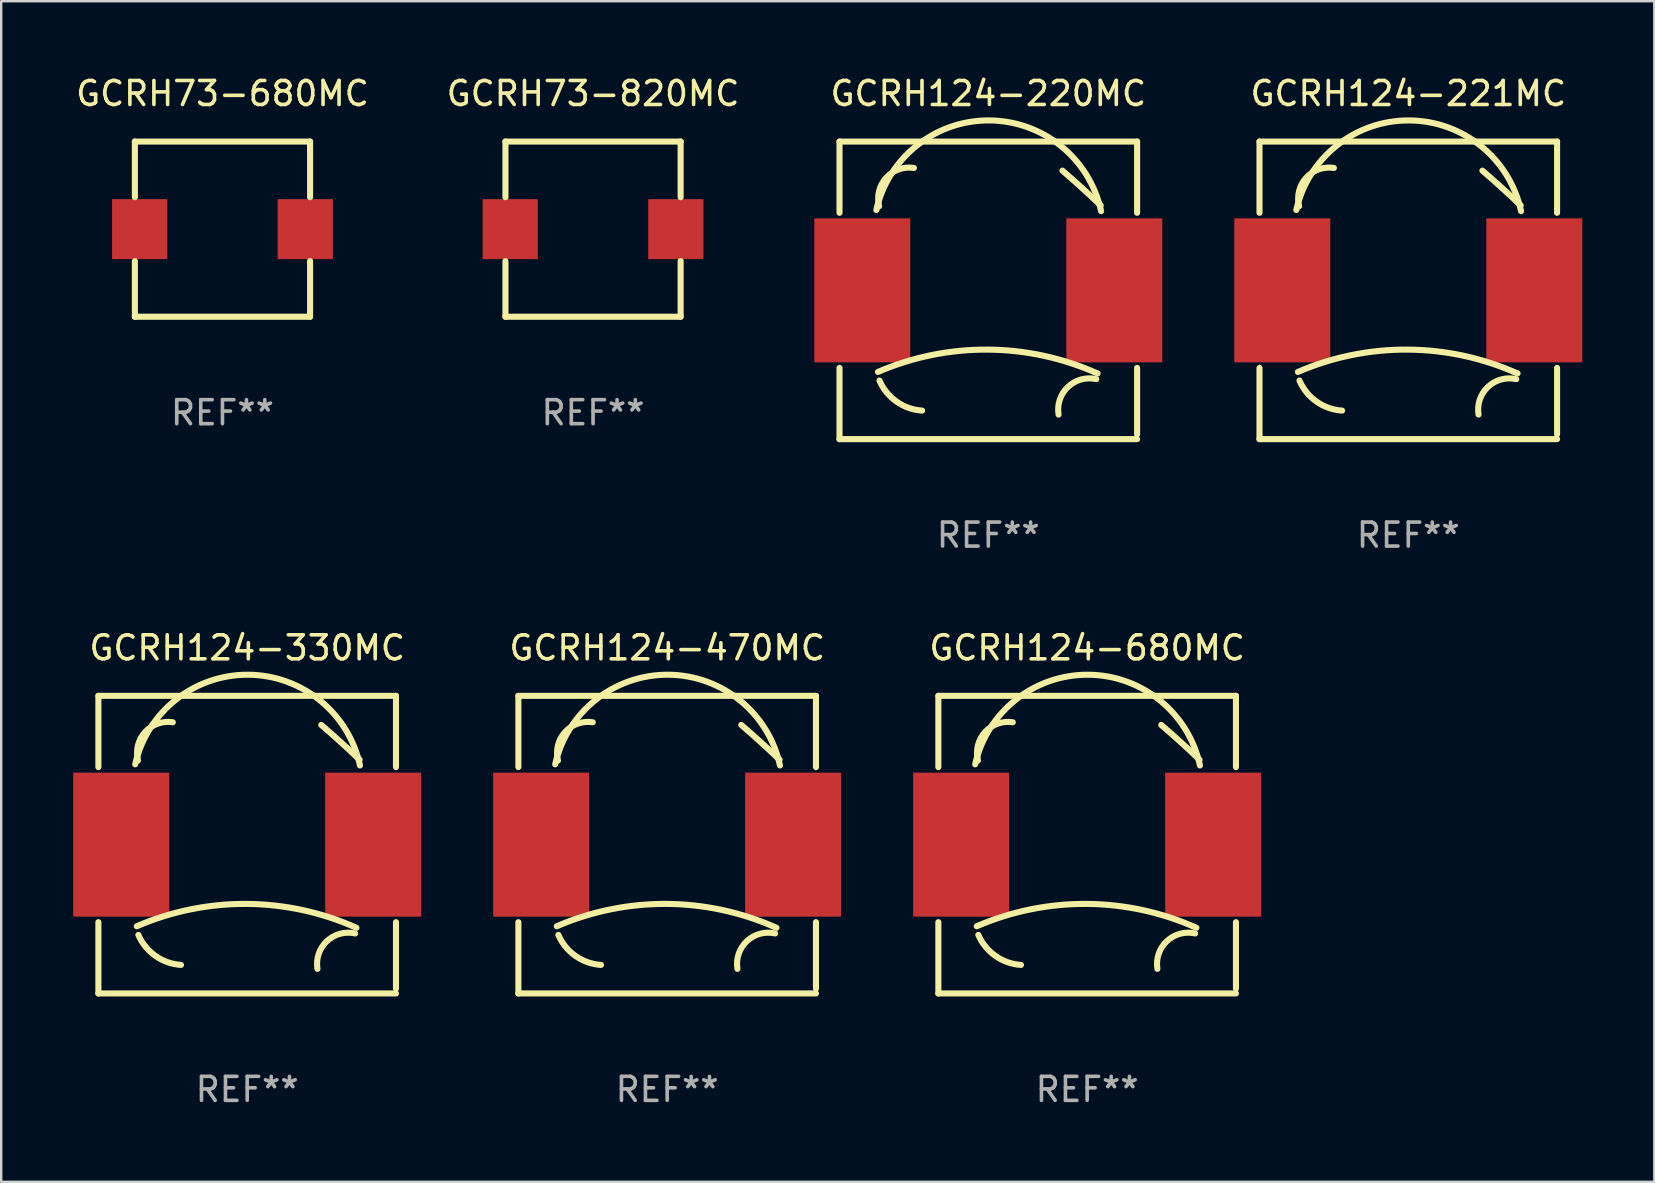
<source format=kicad_pcb>
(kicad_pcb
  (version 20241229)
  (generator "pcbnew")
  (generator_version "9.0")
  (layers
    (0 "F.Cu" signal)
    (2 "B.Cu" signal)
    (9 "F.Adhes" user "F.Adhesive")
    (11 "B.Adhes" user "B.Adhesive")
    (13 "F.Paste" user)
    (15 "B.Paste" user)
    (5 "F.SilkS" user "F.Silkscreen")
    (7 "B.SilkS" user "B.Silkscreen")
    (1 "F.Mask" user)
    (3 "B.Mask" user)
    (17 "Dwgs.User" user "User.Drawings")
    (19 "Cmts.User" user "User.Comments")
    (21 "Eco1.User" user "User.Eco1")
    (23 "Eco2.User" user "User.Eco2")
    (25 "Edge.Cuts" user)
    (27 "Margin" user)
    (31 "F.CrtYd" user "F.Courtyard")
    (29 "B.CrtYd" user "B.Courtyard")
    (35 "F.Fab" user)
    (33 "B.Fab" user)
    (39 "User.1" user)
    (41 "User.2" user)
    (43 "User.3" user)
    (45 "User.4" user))
  (footprint "GCRH73-820MC"
    (layer "F.Cu")
    (at 21.661 6.498)
    (property "Reference" "GCRH73-820MC" (at 0 -5.65 0) (layer "F.SilkS") (effects (font (size 1 1) (thickness 0.15))))
    (attr through_hole)
    (fp_line (start -3.65 -3.65) (end 3.65 -3.65) (stroke (width 0.254) (type solid)) (layer "F.SilkS"))
    (fp_line (start -3.65 -1.331) (end -3.65 -3.65) (stroke (width 0.254) (type solid)) (layer "F.SilkS"))
    (fp_line (start -3.65 3.65) (end -3.65 1.331) (stroke (width 0.254) (type solid)) (layer "F.SilkS"))
    (fp_line (start 3.65 -3.65) (end 3.65 -1.331) (stroke (width 0.254) (type solid)) (layer "F.SilkS"))
    (fp_line (start 3.65 1.331) (end 3.65 3.65) (stroke (width 0.254) (type solid)) (layer "F.SilkS"))
    (fp_line (start 3.65 3.65) (end -3.65 3.65) (stroke (width 0.254) (type solid)) (layer "F.SilkS"))
    (fp_circle (center -3.65 3.65) (end -3.62 3.65) (stroke (width 0.06) (type solid)) (fill no) (layer "F.SilkS"))
    (fp_text user "REF**" (at 0 7.65 0) (layer "F.Fab") (effects (font (size 1 1) (thickness 0.15))))
    (pad "1" smd rect (at -3.45 0) (size 2.3 2.5) (layers "F.Cu" "F.Mask" "F.Paste"))
    (pad "2" smd rect (at 3.45 0) (size 2.3 2.5) (layers "F.Cu" "F.Mask" "F.Paste")))
  (footprint "GCRH124-220MC"
    (layer "F.Cu")
    (at 38.131 9.048)
    (property "Reference" "GCRH124-220MC" (at 0 -8.2 0) (layer "F.SilkS") (effects (font (size 1 1) (thickness 0.15))))
    (attr through_hole)
    (fp_line (start -6.2 -6.2) (end -6.2 -3.231) (stroke (width 0.254) (type solid)) (layer "F.SilkS"))
    (fp_line (start -6.2 -6.2) (end 6.2 -6.2) (stroke (width 0.254) (type solid)) (layer "F.SilkS"))
    (fp_line (start -6.2 3.231) (end -6.2 6.2) (stroke (width 0.254) (type solid)) (layer "F.SilkS"))
    (fp_line (start -6.2 6.2) (end 6.2 6.2) (stroke (width 0.254) (type solid)) (layer "F.SilkS"))
    (fp_line (start 6.2 -6.2) (end 6.2 -3.231) (stroke (width 0.254) (type solid)) (layer "F.SilkS"))
    (fp_line (start 6.2 3.231) (end 6.2 6) (stroke (width 0.254) (type solid)) (layer "F.SilkS"))
    (fp_arc (start -4.666268 -3.347523) (mid 0.035925 -7.080035) (end 4.7 -3.3) (stroke (width 0.254001) (type solid)) (layer "F.SilkS"))
    (fp_arc (start -4.6 3.4) (mid -0.017181 2.469621) (end 4.552248 3.463678) (stroke (width 0.254001) (type solid)) (layer "F.SilkS"))
    (fp_arc (start -4.54986 -3.504115) (mid -4.254361 -4.692196) (end -3.1 -5.099999) (stroke (width 0.254001) (type solid)) (layer "F.SilkS"))
    (fp_arc (start -2.758293 5.011176) (mid -3.822943 4.635946) (end -4.534316 3.759462) (stroke (width 0.254001) (type solid)) (layer "F.SilkS"))
    (fp_arc (start 2.927153 5.17587) (mid 3.321583 4.020185) (end 4.5 3.7) (stroke (width 0.254001) (type solid)) (layer "F.SilkS"))
    (fp_arc (start 3.08763 -4.988189) (mid 3.895745 -4.274456) (end 4.683515 -3.538329) (stroke (width 0.254001) (type solid)) (layer "F.SilkS"))
    (fp_circle (center -6.15 6.15) (end -6.12 6.15) (stroke (width 0.06) (type solid)) (fill no) (layer "F.SilkS"))
    (fp_text user "REF**" (at 0 10.2 0) (layer "F.Fab") (effects (font (size 1 1) (thickness 0.15))))
    (pad "1" smd rect (at -5.25 0) (size 4 6) (layers "F.Cu" "F.Mask" "F.Paste"))
    (pad "2" smd rect (at 5.25 0) (size 4 6) (layers "F.Cu" "F.Mask" "F.Paste")))
  (footprint "GCRH124-221MC"
    (layer "F.Cu")
    (at 55.631 9.048)
    (property "Reference" "GCRH124-221MC" (at 0 -8.2 0) (layer "F.SilkS") (effects (font (size 1 1) (thickness 0.15))))
    (attr through_hole)
    (fp_line (start -6.2 -6.2) (end -6.2 -3.231) (stroke (width 0.254) (type solid)) (layer "F.SilkS"))
    (fp_line (start -6.2 -6.2) (end 6.2 -6.2) (stroke (width 0.254) (type solid)) (layer "F.SilkS"))
    (fp_line (start -6.2 3.231) (end -6.2 6.2) (stroke (width 0.254) (type solid)) (layer "F.SilkS"))
    (fp_line (start -6.2 6.2) (end 6.2 6.2) (stroke (width 0.254) (type solid)) (layer "F.SilkS"))
    (fp_line (start 6.2 -6.2) (end 6.2 -3.231) (stroke (width 0.254) (type solid)) (layer "F.SilkS"))
    (fp_line (start 6.2 3.231) (end 6.2 6) (stroke (width 0.254) (type solid)) (layer "F.SilkS"))
    (fp_arc (start -4.666268 -3.347523) (mid 0.035925 -7.080035) (end 4.7 -3.3) (stroke (width 0.254001) (type solid)) (layer "F.SilkS"))
    (fp_arc (start -4.6 3.4) (mid -0.017181 2.469621) (end 4.552248 3.463678) (stroke (width 0.254001) (type solid)) (layer "F.SilkS"))
    (fp_arc (start -4.54986 -3.504115) (mid -4.254361 -4.692196) (end -3.1 -5.099999) (stroke (width 0.254001) (type solid)) (layer "F.SilkS"))
    (fp_arc (start -2.758293 5.011176) (mid -3.822943 4.635946) (end -4.534316 3.759462) (stroke (width 0.254001) (type solid)) (layer "F.SilkS"))
    (fp_arc (start 2.927153 5.17587) (mid 3.321583 4.020185) (end 4.5 3.7) (stroke (width 0.254001) (type solid)) (layer "F.SilkS"))
    (fp_arc (start 3.08763 -4.988189) (mid 3.895745 -4.274456) (end 4.683515 -3.538329) (stroke (width 0.254001) (type solid)) (layer "F.SilkS"))
    (fp_circle (center -6.15 6.15) (end -6.12 6.15) (stroke (width 0.06) (type solid)) (fill no) (layer "F.SilkS"))
    (fp_text user "REF**" (at 0 10.2 0) (layer "F.Fab") (effects (font (size 1 1) (thickness 0.15))))
    (pad "1" smd rect (at -5.25 0) (size 4 6) (layers "F.Cu" "F.Mask" "F.Paste"))
    (pad "2" smd rect (at 5.25 0) (size 4 6) (layers "F.Cu" "F.Mask" "F.Paste")))
  (footprint "GCRH124-330MC"
    (layer "F.Cu")
    (at 7.25 32.145)
    (property "Reference" "GCRH124-330MC" (at 0 -8.2 0) (layer "F.SilkS") (effects (font (size 1 1) (thickness 0.15))))
    (attr through_hole)
    (fp_line (start -6.2 -6.2) (end -6.2 -3.231) (stroke (width 0.254) (type solid)) (layer "F.SilkS"))
    (fp_line (start -6.2 -6.2) (end 6.2 -6.2) (stroke (width 0.254) (type solid)) (layer "F.SilkS"))
    (fp_line (start -6.2 3.231) (end -6.2 6.2) (stroke (width 0.254) (type solid)) (layer "F.SilkS"))
    (fp_line (start -6.2 6.2) (end 6.2 6.2) (stroke (width 0.254) (type solid)) (layer "F.SilkS"))
    (fp_line (start 6.2 -6.2) (end 6.2 -3.231) (stroke (width 0.254) (type solid)) (layer "F.SilkS"))
    (fp_line (start 6.2 3.231) (end 6.2 6) (stroke (width 0.254) (type solid)) (layer "F.SilkS"))
    (fp_arc (start -4.666268 -3.347523) (mid 0.035925 -7.080035) (end 4.7 -3.3) (stroke (width 0.254001) (type solid)) (layer "F.SilkS"))
    (fp_arc (start -4.6 3.4) (mid -0.017181 2.469621) (end 4.552248 3.463678) (stroke (width 0.254001) (type solid)) (layer "F.SilkS"))
    (fp_arc (start -4.54986 -3.504115) (mid -4.254361 -4.692196) (end -3.1 -5.099999) (stroke (width 0.254001) (type solid)) (layer "F.SilkS"))
    (fp_arc (start -2.758293 5.011176) (mid -3.822943 4.635946) (end -4.534316 3.759462) (stroke (width 0.254001) (type solid)) (layer "F.SilkS"))
    (fp_arc (start 2.927153 5.17587) (mid 3.321583 4.020185) (end 4.5 3.7) (stroke (width 0.254001) (type solid)) (layer "F.SilkS"))
    (fp_arc (start 3.08763 -4.988189) (mid 3.895745 -4.274456) (end 4.683515 -3.538329) (stroke (width 0.254001) (type solid)) (layer "F.SilkS"))
    (fp_circle (center -6.15 6.15) (end -6.12 6.15) (stroke (width 0.06) (type solid)) (fill no) (layer "F.SilkS"))
    (fp_text user "REF**" (at 0 10.2 0) (layer "F.Fab") (effects (font (size 1 1) (thickness 0.15))))
    (pad "1" smd rect (at -5.25 0) (size 4 6) (layers "F.Cu" "F.Mask" "F.Paste"))
    (pad "2" smd rect (at 5.25 0) (size 4 6) (layers "F.Cu" "F.Mask" "F.Paste")))
  (footprint "GCRH124-470MC"
    (layer "F.Cu")
    (at 24.75 32.145)
    (property "Reference" "GCRH124-470MC" (at 0 -8.2 0) (layer "F.SilkS") (effects (font (size 1 1) (thickness 0.15))))
    (attr through_hole)
    (fp_line (start -6.2 -6.2) (end -6.2 -3.231) (stroke (width 0.254) (type solid)) (layer "F.SilkS"))
    (fp_line (start -6.2 -6.2) (end 6.2 -6.2) (stroke (width 0.254) (type solid)) (layer "F.SilkS"))
    (fp_line (start -6.2 3.231) (end -6.2 6.2) (stroke (width 0.254) (type solid)) (layer "F.SilkS"))
    (fp_line (start -6.2 6.2) (end 6.2 6.2) (stroke (width 0.254) (type solid)) (layer "F.SilkS"))
    (fp_line (start 6.2 -6.2) (end 6.2 -3.231) (stroke (width 0.254) (type solid)) (layer "F.SilkS"))
    (fp_line (start 6.2 3.231) (end 6.2 6) (stroke (width 0.254) (type solid)) (layer "F.SilkS"))
    (fp_arc (start -4.666268 -3.347523) (mid 0.035925 -7.080035) (end 4.7 -3.3) (stroke (width 0.254001) (type solid)) (layer "F.SilkS"))
    (fp_arc (start -4.6 3.4) (mid -0.017181 2.469621) (end 4.552248 3.463678) (stroke (width 0.254001) (type solid)) (layer "F.SilkS"))
    (fp_arc (start -4.54986 -3.504115) (mid -4.254361 -4.692196) (end -3.1 -5.099999) (stroke (width 0.254001) (type solid)) (layer "F.SilkS"))
    (fp_arc (start -2.758293 5.011176) (mid -3.822943 4.635946) (end -4.534316 3.759462) (stroke (width 0.254001) (type solid)) (layer "F.SilkS"))
    (fp_arc (start 2.927153 5.17587) (mid 3.321583 4.020185) (end 4.5 3.7) (stroke (width 0.254001) (type solid)) (layer "F.SilkS"))
    (fp_arc (start 3.08763 -4.988189) (mid 3.895745 -4.274456) (end 4.683515 -3.538329) (stroke (width 0.254001) (type solid)) (layer "F.SilkS"))
    (fp_circle (center -6.15 6.15) (end -6.12 6.15) (stroke (width 0.06) (type solid)) (fill no) (layer "F.SilkS"))
    (fp_text user "REF**" (at 0 10.2 0) (layer "F.Fab") (effects (font (size 1 1) (thickness 0.15))))
    (pad "1" smd rect (at -5.25 0) (size 4 6) (layers "F.Cu" "F.Mask" "F.Paste"))
    (pad "2" smd rect (at 5.25 0) (size 4 6) (layers "F.Cu" "F.Mask" "F.Paste")))
  (footprint "GCRH73-680MC"
    (layer "F.Cu")
    (at 6.22 6.498)
    (property "Reference" "GCRH73-680MC" (at 0 -5.65 0) (layer "F.SilkS") (effects (font (size 1 1) (thickness 0.15))))
    (attr through_hole)
    (fp_line (start -3.65 -3.65) (end 3.65 -3.65) (stroke (width 0.254) (type solid)) (layer "F.SilkS"))
    (fp_line (start -3.65 -1.331) (end -3.65 -3.65) (stroke (width 0.254) (type solid)) (layer "F.SilkS"))
    (fp_line (start -3.65 3.65) (end -3.65 1.331) (stroke (width 0.254) (type solid)) (layer "F.SilkS"))
    (fp_line (start 3.65 -3.65) (end 3.65 -1.331) (stroke (width 0.254) (type solid)) (layer "F.SilkS"))
    (fp_line (start 3.65 1.331) (end 3.65 3.65) (stroke (width 0.254) (type solid)) (layer "F.SilkS"))
    (fp_line (start 3.65 3.65) (end -3.65 3.65) (stroke (width 0.254) (type solid)) (layer "F.SilkS"))
    (fp_circle (center -3.65 3.65) (end -3.62 3.65) (stroke (width 0.06) (type solid)) (fill no) (layer "F.SilkS"))
    (fp_text user "REF**" (at 0 7.65 0) (layer "F.Fab") (effects (font (size 1 1) (thickness 0.15))))
    (pad "1" smd rect (at -3.45 0) (size 2.3 2.5) (layers "F.Cu" "F.Mask" "F.Paste"))
    (pad "2" smd rect (at 3.45 0) (size 2.3 2.5) (layers "F.Cu" "F.Mask" "F.Paste")))
  (footprint "GCRH124-680MC"
    (layer "F.Cu")
    (at 42.25 32.145)
    (property "Reference" "GCRH124-680MC" (at 0 -8.2 0) (layer "F.SilkS") (effects (font (size 1 1) (thickness 0.15))))
    (attr through_hole)
    (fp_line (start -6.2 -6.2) (end -6.2 -3.231) (stroke (width 0.254) (type solid)) (layer "F.SilkS"))
    (fp_line (start -6.2 -6.2) (end 6.2 -6.2) (stroke (width 0.254) (type solid)) (layer "F.SilkS"))
    (fp_line (start -6.2 3.231) (end -6.2 6.2) (stroke (width 0.254) (type solid)) (layer "F.SilkS"))
    (fp_line (start -6.2 6.2) (end 6.2 6.2) (stroke (width 0.254) (type solid)) (layer "F.SilkS"))
    (fp_line (start 6.2 -6.2) (end 6.2 -3.231) (stroke (width 0.254) (type solid)) (layer "F.SilkS"))
    (fp_line (start 6.2 3.231) (end 6.2 6) (stroke (width 0.254) (type solid)) (layer "F.SilkS"))
    (fp_arc (start -4.666268 -3.347523) (mid 0.035925 -7.080035) (end 4.7 -3.3) (stroke (width 0.254001) (type solid)) (layer "F.SilkS"))
    (fp_arc (start -4.6 3.4) (mid -0.017181 2.469621) (end 4.552248 3.463678) (stroke (width 0.254001) (type solid)) (layer "F.SilkS"))
    (fp_arc (start -4.54986 -3.504115) (mid -4.254361 -4.692196) (end -3.1 -5.099999) (stroke (width 0.254001) (type solid)) (layer "F.SilkS"))
    (fp_arc (start -2.758293 5.011176) (mid -3.822943 4.635946) (end -4.534316 3.759462) (stroke (width 0.254001) (type solid)) (layer "F.SilkS"))
    (fp_arc (start 2.927153 5.17587) (mid 3.321583 4.020185) (end 4.5 3.7) (stroke (width 0.254001) (type solid)) (layer "F.SilkS"))
    (fp_arc (start 3.08763 -4.988189) (mid 3.895745 -4.274456) (end 4.683515 -3.538329) (stroke (width 0.254001) (type solid)) (layer "F.SilkS"))
    (fp_circle (center -6.15 6.15) (end -6.12 6.15) (stroke (width 0.06) (type solid)) (fill no) (layer "F.SilkS"))
    (fp_text user "REF**" (at 0 10.2 0) (layer "F.Fab") (effects (font (size 1 1) (thickness 0.15))))
    (pad "1" smd rect (at -5.25 0) (size 4 6) (layers "F.Cu" "F.Mask" "F.Paste"))
    (pad "2" smd rect (at 5.25 0) (size 4 6) (layers "F.Cu" "F.Mask" "F.Paste")))
  (gr_rect
    (start -3 -3)
    (end 65.881 46.193)
    (stroke (width 0.1) (type default))
    (fill no)
    (layer "Edge.Cuts")))
</source>
